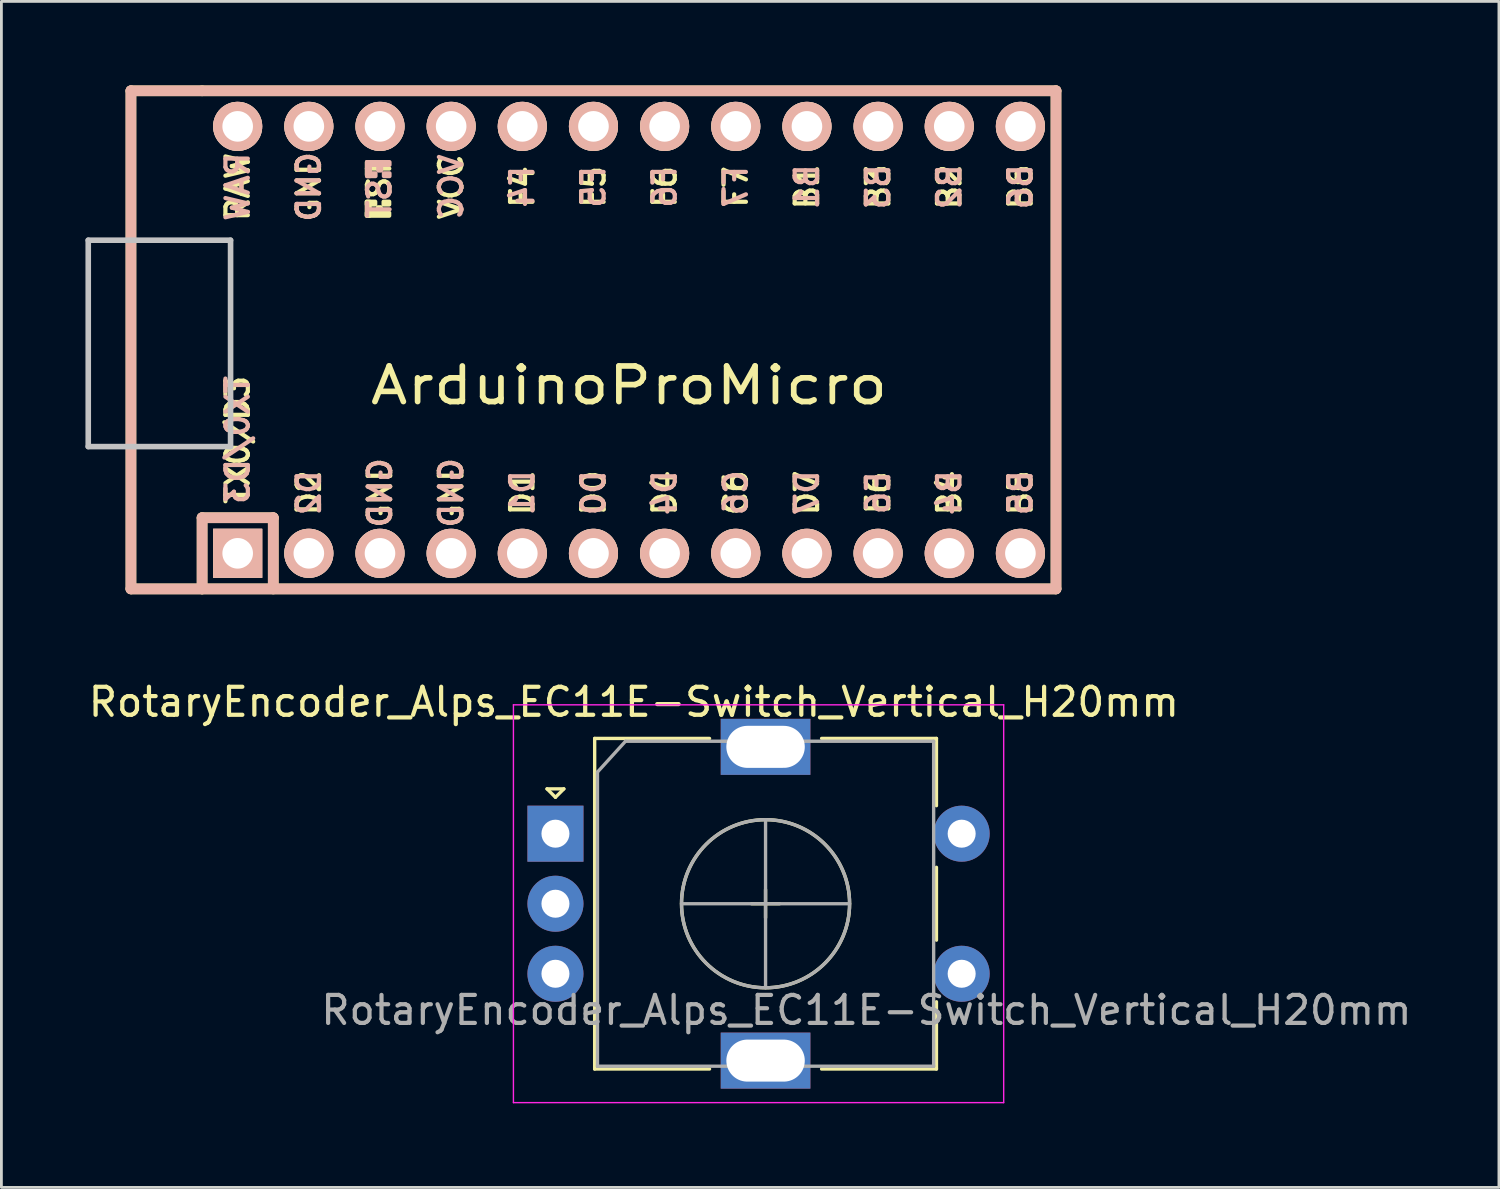
<source format=kicad_pcb>
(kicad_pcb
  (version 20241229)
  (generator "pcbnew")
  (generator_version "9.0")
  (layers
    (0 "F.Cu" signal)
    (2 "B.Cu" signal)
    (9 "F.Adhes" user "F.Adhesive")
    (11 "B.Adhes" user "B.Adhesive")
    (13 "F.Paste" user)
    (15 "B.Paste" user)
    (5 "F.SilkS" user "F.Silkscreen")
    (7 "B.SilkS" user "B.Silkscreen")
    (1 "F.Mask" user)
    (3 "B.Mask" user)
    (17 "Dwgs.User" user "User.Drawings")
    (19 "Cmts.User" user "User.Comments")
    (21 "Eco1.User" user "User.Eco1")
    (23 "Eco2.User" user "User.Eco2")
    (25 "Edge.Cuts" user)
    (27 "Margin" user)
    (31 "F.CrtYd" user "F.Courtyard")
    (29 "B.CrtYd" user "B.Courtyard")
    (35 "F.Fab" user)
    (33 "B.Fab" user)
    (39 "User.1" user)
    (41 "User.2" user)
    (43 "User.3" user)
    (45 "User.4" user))
  (footprint "ArduinoProMicro"
    (layer "F.Cu")
    (at 19.404 9.081)
    (property "Reference" "ArduinoProMicro" (at 0 1.625 0) (layer "F.SilkS") (effects (font (size 1.27 1.524) (thickness 0.203))))
    (attr through_hole)
    (fp_line (start -17.78 -8.89) (end -17.78 8.89) (stroke (width 0.381) (type solid)) (layer "F.SilkS"))
    (fp_line (start -17.78 8.89) (end -15.24 8.89) (stroke (width 0.381) (type solid)) (layer "F.SilkS"))
    (fp_line (start -15.24 -8.89) (end -17.78 -8.89) (stroke (width 0.381) (type solid)) (layer "F.SilkS"))
    (fp_line (start -15.24 6.35) (end -15.24 8.89) (stroke (width 0.381) (type solid)) (layer "F.SilkS"))
    (fp_line (start -15.24 6.35) (end -12.7 6.35) (stroke (width 0.381) (type solid)) (layer "F.SilkS"))
    (fp_line (start -15.24 8.89) (end 15.24 8.89) (stroke (width 0.381) (type solid)) (layer "F.SilkS"))
    (fp_line (start -12.7 6.35) (end -12.7 8.89) (stroke (width 0.381) (type solid)) (layer "F.SilkS"))
    (fp_line (start 15.24 -8.89) (end -15.24 -8.89) (stroke (width 0.381) (type solid)) (layer "F.SilkS"))
    (fp_line (start 15.24 8.89) (end 15.24 -8.89) (stroke (width 0.381) (type solid)) (layer "F.SilkS"))
    (fp_poly (pts (xy -9.361 -4.932) (xy -9.261 -4.932) (xy -9.261 -4.432) (xy -9.361 -4.432)) (stroke (width 0.15) (type solid)) (fill yes) (layer "F.SilkS"))
    (fp_poly (pts (xy -9.361 -4.932) (xy -9.061 -4.932) (xy -9.061 -4.832) (xy -9.361 -4.832)) (stroke (width 0.15) (type solid)) (fill yes) (layer "F.SilkS"))
    (fp_poly (pts (xy -9.361 -4.532) (xy -8.561 -4.532) (xy -8.561 -4.432) (xy -9.361 -4.432)) (stroke (width 0.15) (type solid)) (fill yes) (layer "F.SilkS"))
    (fp_poly (pts (xy -8.961 -4.732) (xy -8.861 -4.732) (xy -8.861 -4.632) (xy -8.961 -4.632)) (stroke (width 0.15) (type solid)) (fill yes) (layer "F.SilkS"))
    (fp_poly (pts (xy -8.761 -4.932) (xy -8.561 -4.932) (xy -8.561 -4.832) (xy -8.761 -4.832)) (stroke (width 0.15) (type solid)) (fill yes) (layer "F.SilkS"))
    (fp_line (start -17.78 -8.89) (end -17.78 8.89) (stroke (width 0.381) (type solid)) (layer "B.SilkS"))
    (fp_line (start -17.78 8.89) (end 15.24 8.89) (stroke (width 0.381) (type solid)) (layer "B.SilkS"))
    (fp_line (start -15.24 6.35) (end -15.24 8.89) (stroke (width 0.381) (type solid)) (layer "B.SilkS"))
    (fp_line (start -15.24 6.35) (end -12.7 6.35) (stroke (width 0.381) (type solid)) (layer "B.SilkS"))
    (fp_line (start -12.7 6.35) (end -12.7 8.89) (stroke (width 0.381) (type solid)) (layer "B.SilkS"))
    (fp_line (start 15.24 -8.89) (end -17.78 -8.89) (stroke (width 0.381) (type solid)) (layer "B.SilkS"))
    (fp_line (start 15.24 8.89) (end 15.24 -8.89) (stroke (width 0.381) (type solid)) (layer "B.SilkS"))
    (fp_poly (pts (xy -9.351 -6.245) (xy -8.551 -6.245) (xy -8.551 -6.345) (xy -9.351 -6.345)) (stroke (width 0.15) (type solid)) (fill yes) (layer "B.SilkS"))
    (fp_poly (pts (xy -9.351 -5.845) (xy -9.251 -5.845) (xy -9.251 -6.345) (xy -9.351 -6.345)) (stroke (width 0.15) (type solid)) (fill yes) (layer "B.SilkS"))
    (fp_poly (pts (xy -9.351 -5.845) (xy -9.051 -5.845) (xy -9.051 -5.945) (xy -9.351 -5.945)) (stroke (width 0.15) (type solid)) (fill yes) (layer "B.SilkS"))
    (fp_poly (pts (xy -8.951 -6.045) (xy -8.851 -6.045) (xy -8.851 -6.145) (xy -8.951 -6.145)) (stroke (width 0.15) (type solid)) (fill yes) (layer "B.SilkS"))
    (fp_poly (pts (xy -8.751 -5.845) (xy -8.551 -5.845) (xy -8.551 -5.945) (xy -8.751 -5.945)) (stroke (width 0.15) (type solid)) (fill yes) (layer "B.SilkS"))
    (fp_line (start -19.304 -3.556) (end -14.224 -3.556) (stroke (width 0.2) (type solid)) (layer "Dwgs.User"))
    (fp_line (start -19.304 3.81) (end -19.304 -3.556) (stroke (width 0.2) (type solid)) (layer "Dwgs.User"))
    (fp_line (start -14.224 -3.556) (end -14.224 3.81) (stroke (width 0.2) (type solid)) (layer "Dwgs.User"))
    (fp_line (start -14.224 3.81) (end -19.304 3.81) (stroke (width 0.2) (type solid)) (layer "Dwgs.User"))
    (fp_text user "VCC" (at -6.35 -5.461 90) (layer "F.SilkS") (effects (font (size 0.8 0.8) (thickness 0.15))))
    (fp_text user "GND" (at -11.43 -5.461 90) (layer "F.SilkS") (effects (font (size 0.8 0.8) (thickness 0.15))))
    (fp_text user "E6" (at 8.89 5.461 90) (layer "F.SilkS") (effects (font (size 0.8 0.8) (thickness 0.15))))
    (fp_text user "D2" (at -11.43 5.461 90) (layer "F.SilkS") (effects (font (size 0.8 0.8) (thickness 0.15))))
    (fp_text user "B5" (at 13.97 5.461 90) (layer "F.SilkS") (effects (font (size 0.8 0.8) (thickness 0.15))))
    (fp_text user "B3" (at 8.89 -5.461 90) (layer "F.SilkS") (effects (font (size 0.8 0.8) (thickness 0.15))))
    (fp_text user "D1" (at -3.81 5.461 90) (layer "F.SilkS") (effects (font (size 0.8 0.8) (thickness 0.15))))
    (fp_text user "GND" (at -6.35 5.461 90) (layer "F.SilkS") (effects (font (size 0.8 0.8) (thickness 0.15))))
    (fp_text user "B1" (at 6.35 -5.461 90) (layer "F.SilkS") (effects (font (size 0.8 0.8) (thickness 0.15))))
    (fp_text user "F5" (at -1.27 -5.461 90) (layer "F.SilkS") (effects (font (size 0.8 0.8) (thickness 0.15))))
    (fp_text user "D7" (at 6.35 5.461 90) (layer "F.SilkS") (effects (font (size 0.8 0.8) (thickness 0.15))))
    (fp_text user "F7" (at 3.81 -5.461 90) (layer "F.SilkS") (effects (font (size 0.8 0.8) (thickness 0.15))))
    (fp_text user "F6" (at 1.27 -5.461 90) (layer "F.SilkS") (effects (font (size 0.8 0.8) (thickness 0.15))))
    (fp_text user "B4" (at 11.43 5.461 90) (layer "F.SilkS") (effects (font (size 0.8 0.8) (thickness 0.15))))
    (fp_text user "C6" (at 3.81 5.461 90) (layer "F.SilkS") (effects (font (size 0.8 0.8) (thickness 0.15))))
    (fp_text user "RAW" (at -13.97 -5.461 90) (layer "F.SilkS") (effects (font (size 0.8 0.8) (thickness 0.15))))
    (fp_text user "B2" (at 11.43 -5.461 90) (layer "F.SilkS") (effects (font (size 0.8 0.8) (thickness 0.15))))
    (fp_text user "ST" (at -8.92 -5.733 90) (layer "F.SilkS") (effects (font (size 0.8 0.8) (thickness 0.15))))
    (fp_text user "D4" (at 1.27 5.461 90) (layer "F.SilkS") (effects (font (size 0.8 0.8) (thickness 0.15))))
    (fp_text user "B6" (at 13.97 -5.461 90) (layer "F.SilkS") (effects (font (size 0.8 0.8) (thickness 0.15))))
    (fp_text user "F4" (at -3.81 -5.461 90) (layer "F.SilkS") (effects (font (size 0.8 0.8) (thickness 0.15))))
    (fp_text user "GND" (at -8.89 5.461 90) (layer "F.SilkS") (effects (font (size 0.8 0.8) (thickness 0.15))))
    (fp_text user "TX0/D3" (at -13.97 3.572 90) (layer "F.SilkS") (effects (font (size 0.8 0.8) (thickness 0.15))))
    (fp_text user "D0" (at -1.27 5.461 90) (layer "F.SilkS") (effects (font (size 0.8 0.8) (thickness 0.15))))
    (fp_text user "GND" (at -11.43 -5.461 90) (layer "B.SilkS") (effects (font (size 0.8 0.8) (thickness 0.15)) (justify mirror)))
    (fp_text user "B5" (at 13.97 5.461 90) (layer "B.SilkS") (effects (font (size 0.8 0.8) (thickness 0.15)) (justify mirror)))
    (fp_text user "GND" (at -8.89 5.461 90) (layer "B.SilkS") (effects (font (size 0.8 0.8) (thickness 0.15)) (justify mirror)))
    (fp_text user "D4" (at 1.27 5.461 90) (layer "B.SilkS") (effects (font (size 0.8 0.8) (thickness 0.15)) (justify mirror)))
    (fp_text user "ST" (at -8.91 -5.04 90) (layer "B.SilkS") (effects (font (size 0.8 0.8) (thickness 0.15)) (justify mirror)))
    (fp_text user "C6" (at 3.81 5.461 90) (layer "B.SilkS") (effects (font (size 0.8 0.8) (thickness 0.15)) (justify mirror)))
    (fp_text user "B2" (at 11.43 -5.461 90) (layer "B.SilkS") (effects (font (size 0.8 0.8) (thickness 0.15)) (justify mirror)))
    (fp_text user "F5" (at -1.27 -5.461 90) (layer "B.SilkS") (effects (font (size 0.8 0.8) (thickness 0.15)) (justify mirror)))
    (fp_text user "B4" (at 11.43 5.461 90) (layer "B.SilkS") (effects (font (size 0.8 0.8) (thickness 0.15)) (justify mirror)))
    (fp_text user "D2" (at -11.43 5.461 90) (layer "B.SilkS") (effects (font (size 0.8 0.8) (thickness 0.15)) (justify mirror)))
    (fp_text user "D0" (at -1.27 5.461 90) (layer "B.SilkS") (effects (font (size 0.8 0.8) (thickness 0.15)) (justify mirror)))
    (fp_text user "VCC" (at -6.35 -5.461 90) (layer "B.SilkS") (effects (font (size 0.8 0.8) (thickness 0.15)) (justify mirror)))
    (fp_text user "B3" (at 8.89 -5.461 90) (layer "B.SilkS") (effects (font (size 0.8 0.8) (thickness 0.15)) (justify mirror)))
    (fp_text user "RAW" (at -13.97 -5.461 90) (layer "B.SilkS") (effects (font (size 0.8 0.8) (thickness 0.15)) (justify mirror)))
    (fp_text user "D7" (at 6.35 5.461 90) (layer "B.SilkS") (effects (font (size 0.8 0.8) (thickness 0.15)) (justify mirror)))
    (fp_text user "F4" (at -3.81 -5.461 90) (layer "B.SilkS") (effects (font (size 0.8 0.8) (thickness 0.15)) (justify mirror)))
    (fp_text user "D1" (at -3.81 5.461 90) (layer "B.SilkS") (effects (font (size 0.8 0.8) (thickness 0.15)) (justify mirror)))
    (fp_text user "E6" (at 8.89 5.461 90) (layer "B.SilkS") (effects (font (size 0.8 0.8) (thickness 0.15)) (justify mirror)))
    (fp_text user "B1" (at 6.35 -5.461 90) (layer "B.SilkS") (effects (font (size 0.8 0.8) (thickness 0.15)) (justify mirror)))
    (fp_text user "TX0/D3" (at -13.97 3.572 90) (layer "B.SilkS") (effects (font (size 0.8 0.8) (thickness 0.15)) (justify mirror)))
    (fp_text user "B6" (at 13.97 -5.461 90) (layer "B.SilkS") (effects (font (size 0.8 0.8) (thickness 0.15)) (justify mirror)))
    (fp_text user "F6" (at 1.27 -5.461 90) (layer "B.SilkS") (effects (font (size 0.8 0.8) (thickness 0.15)) (justify mirror)))
    (fp_text user "GND" (at -6.35 5.461 90) (layer "B.SilkS") (effects (font (size 0.8 0.8) (thickness 0.15)) (justify mirror)))
    (fp_text user "F7" (at 3.81 -5.461 90) (layer "B.SilkS") (effects (font (size 0.8 0.8) (thickness 0.15)) (justify mirror)))
    (pad "1" thru_hole rect (at -13.97 7.62) (size 1.753 1.753) (drill 1.092) (layers "*.Cu" "*.SilkS" "*.Mask"))
    (pad "2" thru_hole circle (at -11.43 7.62) (size 1.753 1.753) (drill 1.092) (layers "*.Cu" "*.SilkS" "*.Mask"))
    (pad "3" thru_hole circle (at -8.89 7.62) (size 1.753 1.753) (drill 1.092) (layers "*.Cu" "*.SilkS" "*.Mask"))
    (pad "4" thru_hole circle (at -6.35 7.62) (size 1.753 1.753) (drill 1.092) (layers "*.Cu" "*.SilkS" "*.Mask"))
    (pad "5" thru_hole circle (at -3.81 7.62) (size 1.753 1.753) (drill 1.092) (layers "*.Cu" "*.SilkS" "*.Mask"))
    (pad "6" thru_hole circle (at -1.27 7.62) (size 1.753 1.753) (drill 1.092) (layers "*.Cu" "*.SilkS" "*.Mask"))
    (pad "7" thru_hole circle (at 1.27 7.62) (size 1.753 1.753) (drill 1.092) (layers "*.Cu" "*.SilkS" "*.Mask"))
    (pad "8" thru_hole circle (at 3.81 7.62) (size 1.753 1.753) (drill 1.092) (layers "*.Cu" "*.SilkS" "*.Mask"))
    (pad "9" thru_hole circle (at 6.35 7.62) (size 1.753 1.753) (drill 1.092) (layers "*.Cu" "*.SilkS" "*.Mask"))
    (pad "10" thru_hole circle (at 8.89 7.62) (size 1.753 1.753) (drill 1.092) (layers "*.Cu" "*.SilkS" "*.Mask"))
    (pad "11" thru_hole circle (at 11.43 7.62) (size 1.753 1.753) (drill 1.092) (layers "*.Cu" "*.SilkS" "*.Mask"))
    (pad "12" thru_hole circle (at 13.97 7.62) (size 1.753 1.753) (drill 1.092) (layers "*.Cu" "*.SilkS" "*.Mask"))
    (pad "13" thru_hole circle (at 13.97 -7.62) (size 1.753 1.753) (drill 1.092) (layers "*.Cu" "*.SilkS" "*.Mask"))
    (pad "14" thru_hole circle (at 11.43 -7.62) (size 1.753 1.753) (drill 1.092) (layers "*.Cu" "*.SilkS" "*.Mask"))
    (pad "15" thru_hole circle (at 8.89 -7.62) (size 1.753 1.753) (drill 1.092) (layers "*.Cu" "*.SilkS" "*.Mask"))
    (pad "16" thru_hole circle (at 6.35 -7.62) (size 1.753 1.753) (drill 1.092) (layers "*.Cu" "*.SilkS" "*.Mask"))
    (pad "17" thru_hole circle (at 3.81 -7.62) (size 1.753 1.753) (drill 1.092) (layers "*.Cu" "*.SilkS" "*.Mask"))
    (pad "18" thru_hole circle (at 1.27 -7.62) (size 1.753 1.753) (drill 1.092) (layers "*.Cu" "*.SilkS" "*.Mask"))
    (pad "19" thru_hole circle (at -1.27 -7.62) (size 1.753 1.753) (drill 1.092) (layers "*.Cu" "*.SilkS" "*.Mask"))
    (pad "20" thru_hole circle (at -3.81 -7.62) (size 1.753 1.753) (drill 1.092) (layers "*.Cu" "*.SilkS" "*.Mask"))
    (pad "21" thru_hole circle (at -6.35 -7.62) (size 1.753 1.753) (drill 1.092) (layers "*.Cu" "*.SilkS" "*.Mask"))
    (pad "22" thru_hole circle (at -8.89 -7.62) (size 1.753 1.753) (drill 1.092) (layers "*.Cu" "*.SilkS" "*.Mask"))
    (pad "23" thru_hole circle (at -11.43 -7.62) (size 1.753 1.753) (drill 1.092) (layers "*.Cu" "*.SilkS" "*.Mask"))
    (pad "24" thru_hole circle (at -13.97 -7.62) (size 1.753 1.753) (drill 1.092) (layers "*.Cu" "*.SilkS" "*.Mask")))
  (footprint "RotaryEncoder_Alps_EC11E-Switch_Vertical_H20mm"
    (layer "F.Cu")
    (at 24.277 29.209)
    (property "Reference" "RotaryEncoder_Alps_EC11E-Switch_Vertical_H20mm" (at -4.7 -7.2 0) (layer "F.SilkS") (effects (font (size 1 1) (thickness 0.15))))
    (attr through_hole)
    (fp_line (start -7.8 -4.1) (end -7.2 -4.1) (stroke (width 0.12) (type solid)) (layer "F.SilkS"))
    (fp_line (start -7.5 -3.8) (end -7.8 -4.1) (stroke (width 0.12) (type solid)) (layer "F.SilkS"))
    (fp_line (start -7.2 -4.1) (end -7.5 -3.8) (stroke (width 0.12) (type solid)) (layer "F.SilkS"))
    (fp_line (start -6.1 -5.9) (end -6.1 5.9) (stroke (width 0.12) (type solid)) (layer "F.SilkS"))
    (fp_line (start -2 -5.9) (end -6.1 -5.9) (stroke (width 0.12) (type solid)) (layer "F.SilkS"))
    (fp_line (start -2 5.9) (end -6.1 5.9) (stroke (width 0.12) (type solid)) (layer "F.SilkS"))
    (fp_line (start -0.5 0) (end 0.5 0) (stroke (width 0.12) (type solid)) (layer "F.SilkS"))
    (fp_line (start 0 -0.5) (end 0 0.5) (stroke (width 0.12) (type solid)) (layer "F.SilkS"))
    (fp_line (start 2 -5.9) (end 6.1 -5.9) (stroke (width 0.12) (type solid)) (layer "F.SilkS"))
    (fp_line (start 6.1 -5.9) (end 6.1 -3.5) (stroke (width 0.12) (type solid)) (layer "F.SilkS"))
    (fp_line (start 6.1 -1.3) (end 6.1 1.3) (stroke (width 0.12) (type solid)) (layer "F.SilkS"))
    (fp_line (start 6.1 3.5) (end 6.1 5.9) (stroke (width 0.12) (type solid)) (layer "F.SilkS"))
    (fp_line (start 6.1 5.9) (end 2 5.9) (stroke (width 0.12) (type solid)) (layer "F.SilkS"))
    (fp_circle (center 0 0) (end 3 0) (stroke (width 0.12) (type solid)) (fill no) (layer "F.SilkS"))
    (fp_line (start -9 -7.1) (end -9 7.1) (stroke (width 0.05) (type solid)) (layer "F.CrtYd"))
    (fp_line (start -9 -7.1) (end 8.5 -7.1) (stroke (width 0.05) (type solid)) (layer "F.CrtYd"))
    (fp_line (start 8.5 7.1) (end -9 7.1) (stroke (width 0.05) (type solid)) (layer "F.CrtYd"))
    (fp_line (start 8.5 7.1) (end 8.5 -7.1) (stroke (width 0.05) (type solid)) (layer "F.CrtYd"))
    (fp_line (start -6 -4.7) (end -5 -5.8) (stroke (width 0.12) (type solid)) (layer "F.Fab"))
    (fp_line (start -6 5.8) (end -6 -4.7) (stroke (width 0.12) (type solid)) (layer "F.Fab"))
    (fp_line (start -5 -5.8) (end 6 -5.8) (stroke (width 0.12) (type solid)) (layer "F.Fab"))
    (fp_line (start -3 0) (end 3 0) (stroke (width 0.12) (type solid)) (layer "F.Fab"))
    (fp_line (start 0 -3) (end 0 3) (stroke (width 0.12) (type solid)) (layer "F.Fab"))
    (fp_line (start 6 -5.8) (end 6 5.8) (stroke (width 0.12) (type solid)) (layer "F.Fab"))
    (fp_line (start 6 5.8) (end -6 5.8) (stroke (width 0.12) (type solid)) (layer "F.Fab"))
    (fp_circle (center 0 0) (end 3 0) (stroke (width 0.12) (type solid)) (fill no) (layer "F.Fab"))
    (fp_text user "${REFERENCE}" (at 3.6 3.8 0) (layer "F.Fab") (effects (font (size 1 1) (thickness 0.15))))
    (pad "A" thru_hole rect (at -7.5 -2.5) (size 2 2) (drill 1) (layers "*.Cu" "*.Mask"))
    (pad "B" thru_hole circle (at -7.5 2.5) (size 2 2) (drill 1) (layers "*.Cu" "*.Mask"))
    (pad "C" thru_hole circle (at -7.5 0) (size 2 2) (drill 1) (layers "*.Cu" "*.Mask"))
    (pad "MP" thru_hole rect (at 0 -5.6) (size 3.2 2) (drill oval 2.8 1.5) (layers "*.Cu" "*.Mask"))
    (pad "MP" thru_hole rect (at 0 5.6) (size 3.2 2) (drill oval 2.8 1.5) (layers "*.Cu" "*.Mask"))
    (pad "S1" thru_hole circle (at 7 2.5) (size 2 2) (drill 1) (layers "*.Cu" "*.Mask"))
    (pad "S2" thru_hole circle (at 7 -2.5) (size 2 2) (drill 1) (layers "*.Cu" "*.Mask")))
  (gr_rect
    (start -3 -3)
    (end 50.455 39.334)
    (stroke (width 0.1) (type default))
    (fill no)
    (layer "Edge.Cuts")))
</source>
